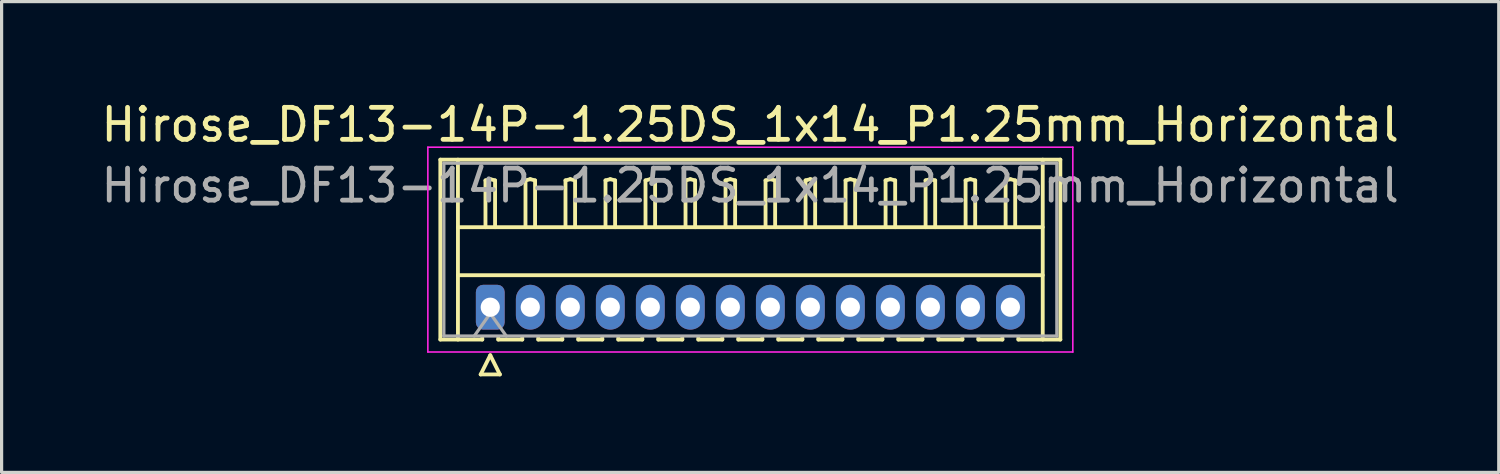
<source format=kicad_pcb>
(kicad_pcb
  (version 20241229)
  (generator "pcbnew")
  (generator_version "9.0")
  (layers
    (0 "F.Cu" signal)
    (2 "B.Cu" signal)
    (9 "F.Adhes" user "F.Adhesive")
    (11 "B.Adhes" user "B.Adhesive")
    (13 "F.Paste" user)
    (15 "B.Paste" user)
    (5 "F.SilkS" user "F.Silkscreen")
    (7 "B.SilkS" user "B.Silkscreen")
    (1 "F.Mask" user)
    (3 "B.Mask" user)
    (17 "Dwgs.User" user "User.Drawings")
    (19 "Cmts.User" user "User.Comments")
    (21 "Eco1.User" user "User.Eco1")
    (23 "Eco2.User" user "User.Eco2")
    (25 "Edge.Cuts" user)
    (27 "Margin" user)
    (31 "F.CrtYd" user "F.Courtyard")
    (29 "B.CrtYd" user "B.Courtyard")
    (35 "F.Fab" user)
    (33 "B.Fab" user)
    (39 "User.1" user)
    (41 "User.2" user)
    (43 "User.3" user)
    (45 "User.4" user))
  (footprint "Hirose_DF13-14P-1.25DS_1x14_P1.25mm_Horizontal"
    (layer "F.Cu")
    (at 12.267 6.548)
    (property "Reference" "Hirose_DF13-14P-1.25DS_1x14_P1.25mm_Horizontal" (at 8.12 -5.7 0) (layer "F.SilkS") (effects (font (size 1 1) (thickness 0.15))))
    (attr through_hole)
    (fp_line (start -1.56 -4.61) (end 17.81 -4.61) (stroke (width 0.12) (type solid)) (layer "F.SilkS"))
    (fp_line (start -1.56 1.01) (end -1.56 -4.61) (stroke (width 0.12) (type solid)) (layer "F.SilkS"))
    (fp_line (start -1.01 -4.61) (end -1.01 1.01) (stroke (width 0.12) (type solid)) (layer "F.SilkS"))
    (fp_line (start -1.01 -2.5) (end 17.26 -2.5) (stroke (width 0.12) (type solid)) (layer "F.SilkS"))
    (fp_line (start -1.01 -1) (end 17.26 -1) (stroke (width 0.12) (type solid)) (layer "F.SilkS"))
    (fp_line (start -0.3 2.1) (end 0.3 2.1) (stroke (width 0.12) (type solid)) (layer "F.SilkS"))
    (fp_line (start -0.25 0.96) (end -0.25 1.01) (stroke (width 0.12) (type solid)) (layer "F.SilkS"))
    (fp_line (start -0.25 1.01) (end -1.56 1.01) (stroke (width 0.12) (type solid)) (layer "F.SilkS"))
    (fp_line (start -0.15 -3.962) (end 0 -4) (stroke (width 0.12) (type solid)) (layer "F.SilkS"))
    (fp_line (start -0.15 -2.5) (end -0.15 -3.962) (stroke (width 0.12) (type solid)) (layer "F.SilkS"))
    (fp_line (start 0 -4) (end 0.15 -3.962) (stroke (width 0.12) (type solid)) (layer "F.SilkS"))
    (fp_line (start 0 1.5) (end -0.3 2.1) (stroke (width 0.12) (type solid)) (layer "F.SilkS"))
    (fp_line (start 0.15 -3.962) (end 0.15 -2.5) (stroke (width 0.12) (type solid)) (layer "F.SilkS"))
    (fp_line (start 0.25 0.96) (end 0.25 1.01) (stroke (width 0.12) (type solid)) (layer "F.SilkS"))
    (fp_line (start 0.25 1.01) (end 1 1.01) (stroke (width 0.12) (type solid)) (layer "F.SilkS"))
    (fp_line (start 0.3 2.1) (end 0 1.5) (stroke (width 0.12) (type solid)) (layer "F.SilkS"))
    (fp_line (start 1 1.01) (end 1 0.96) (stroke (width 0.12) (type solid)) (layer "F.SilkS"))
    (fp_line (start 1.1 -3.962) (end 1.25 -4) (stroke (width 0.12) (type solid)) (layer "F.SilkS"))
    (fp_line (start 1.1 -2.5) (end 1.1 -3.962) (stroke (width 0.12) (type solid)) (layer "F.SilkS"))
    (fp_line (start 1.25 -4) (end 1.4 -3.962) (stroke (width 0.12) (type solid)) (layer "F.SilkS"))
    (fp_line (start 1.4 -3.962) (end 1.4 -2.5) (stroke (width 0.12) (type solid)) (layer "F.SilkS"))
    (fp_line (start 1.5 0.96) (end 1.5 1.01) (stroke (width 0.12) (type solid)) (layer "F.SilkS"))
    (fp_line (start 1.5 1.01) (end 2.25 1.01) (stroke (width 0.12) (type solid)) (layer "F.SilkS"))
    (fp_line (start 2.25 1.01) (end 2.25 0.96) (stroke (width 0.12) (type solid)) (layer "F.SilkS"))
    (fp_line (start 2.35 -3.962) (end 2.5 -4) (stroke (width 0.12) (type solid)) (layer "F.SilkS"))
    (fp_line (start 2.35 -2.5) (end 2.35 -3.962) (stroke (width 0.12) (type solid)) (layer "F.SilkS"))
    (fp_line (start 2.5 -4) (end 2.65 -3.962) (stroke (width 0.12) (type solid)) (layer "F.SilkS"))
    (fp_line (start 2.65 -3.962) (end 2.65 -2.5) (stroke (width 0.12) (type solid)) (layer "F.SilkS"))
    (fp_line (start 2.75 0.96) (end 2.75 1.01) (stroke (width 0.12) (type solid)) (layer "F.SilkS"))
    (fp_line (start 2.75 1.01) (end 3.5 1.01) (stroke (width 0.12) (type solid)) (layer "F.SilkS"))
    (fp_line (start 3.5 1.01) (end 3.5 0.96) (stroke (width 0.12) (type solid)) (layer "F.SilkS"))
    (fp_line (start 3.6 -3.962) (end 3.75 -4) (stroke (width 0.12) (type solid)) (layer "F.SilkS"))
    (fp_line (start 3.6 -2.5) (end 3.6 -3.962) (stroke (width 0.12) (type solid)) (layer "F.SilkS"))
    (fp_line (start 3.75 -4) (end 3.9 -3.962) (stroke (width 0.12) (type solid)) (layer "F.SilkS"))
    (fp_line (start 3.9 -3.962) (end 3.9 -2.5) (stroke (width 0.12) (type solid)) (layer "F.SilkS"))
    (fp_line (start 4 0.96) (end 4 1.01) (stroke (width 0.12) (type solid)) (layer "F.SilkS"))
    (fp_line (start 4 1.01) (end 4.75 1.01) (stroke (width 0.12) (type solid)) (layer "F.SilkS"))
    (fp_line (start 4.75 1.01) (end 4.75 0.96) (stroke (width 0.12) (type solid)) (layer "F.SilkS"))
    (fp_line (start 4.85 -3.962) (end 5 -4) (stroke (width 0.12) (type solid)) (layer "F.SilkS"))
    (fp_line (start 4.85 -2.5) (end 4.85 -3.962) (stroke (width 0.12) (type solid)) (layer "F.SilkS"))
    (fp_line (start 5 -4) (end 5.15 -3.962) (stroke (width 0.12) (type solid)) (layer "F.SilkS"))
    (fp_line (start 5.15 -3.962) (end 5.15 -2.5) (stroke (width 0.12) (type solid)) (layer "F.SilkS"))
    (fp_line (start 5.25 0.96) (end 5.25 1.01) (stroke (width 0.12) (type solid)) (layer "F.SilkS"))
    (fp_line (start 5.25 1.01) (end 6 1.01) (stroke (width 0.12) (type solid)) (layer "F.SilkS"))
    (fp_line (start 6 1.01) (end 6 0.96) (stroke (width 0.12) (type solid)) (layer "F.SilkS"))
    (fp_line (start 6.1 -3.962) (end 6.25 -4) (stroke (width 0.12) (type solid)) (layer "F.SilkS"))
    (fp_line (start 6.1 -2.5) (end 6.1 -3.962) (stroke (width 0.12) (type solid)) (layer "F.SilkS"))
    (fp_line (start 6.25 -4) (end 6.4 -3.962) (stroke (width 0.12) (type solid)) (layer "F.SilkS"))
    (fp_line (start 6.4 -3.962) (end 6.4 -2.5) (stroke (width 0.12) (type solid)) (layer "F.SilkS"))
    (fp_line (start 6.5 0.96) (end 6.5 1.01) (stroke (width 0.12) (type solid)) (layer "F.SilkS"))
    (fp_line (start 6.5 1.01) (end 7.25 1.01) (stroke (width 0.12) (type solid)) (layer "F.SilkS"))
    (fp_line (start 7.25 1.01) (end 7.25 0.96) (stroke (width 0.12) (type solid)) (layer "F.SilkS"))
    (fp_line (start 7.35 -3.962) (end 7.5 -4) (stroke (width 0.12) (type solid)) (layer "F.SilkS"))
    (fp_line (start 7.35 -2.5) (end 7.35 -3.962) (stroke (width 0.12) (type solid)) (layer "F.SilkS"))
    (fp_line (start 7.5 -4) (end 7.65 -3.962) (stroke (width 0.12) (type solid)) (layer "F.SilkS"))
    (fp_line (start 7.65 -3.962) (end 7.65 -2.5) (stroke (width 0.12) (type solid)) (layer "F.SilkS"))
    (fp_line (start 7.75 0.96) (end 7.75 1.01) (stroke (width 0.12) (type solid)) (layer "F.SilkS"))
    (fp_line (start 7.75 1.01) (end 8.5 1.01) (stroke (width 0.12) (type solid)) (layer "F.SilkS"))
    (fp_line (start 8.5 1.01) (end 8.5 0.96) (stroke (width 0.12) (type solid)) (layer "F.SilkS"))
    (fp_line (start 8.6 -3.962) (end 8.75 -4) (stroke (width 0.12) (type solid)) (layer "F.SilkS"))
    (fp_line (start 8.6 -2.5) (end 8.6 -3.962) (stroke (width 0.12) (type solid)) (layer "F.SilkS"))
    (fp_line (start 8.75 -4) (end 8.9 -3.962) (stroke (width 0.12) (type solid)) (layer "F.SilkS"))
    (fp_line (start 8.9 -3.962) (end 8.9 -2.5) (stroke (width 0.12) (type solid)) (layer "F.SilkS"))
    (fp_line (start 9 0.96) (end 9 1.01) (stroke (width 0.12) (type solid)) (layer "F.SilkS"))
    (fp_line (start 9 1.01) (end 9.75 1.01) (stroke (width 0.12) (type solid)) (layer "F.SilkS"))
    (fp_line (start 9.75 1.01) (end 9.75 0.96) (stroke (width 0.12) (type solid)) (layer "F.SilkS"))
    (fp_line (start 9.85 -3.962) (end 10 -4) (stroke (width 0.12) (type solid)) (layer "F.SilkS"))
    (fp_line (start 9.85 -2.5) (end 9.85 -3.962) (stroke (width 0.12) (type solid)) (layer "F.SilkS"))
    (fp_line (start 10 -4) (end 10.15 -3.962) (stroke (width 0.12) (type solid)) (layer "F.SilkS"))
    (fp_line (start 10.15 -3.962) (end 10.15 -2.5) (stroke (width 0.12) (type solid)) (layer "F.SilkS"))
    (fp_line (start 10.25 0.96) (end 10.25 1.01) (stroke (width 0.12) (type solid)) (layer "F.SilkS"))
    (fp_line (start 10.25 1.01) (end 11 1.01) (stroke (width 0.12) (type solid)) (layer "F.SilkS"))
    (fp_line (start 11 1.01) (end 11 0.96) (stroke (width 0.12) (type solid)) (layer "F.SilkS"))
    (fp_line (start 11.1 -3.962) (end 11.25 -4) (stroke (width 0.12) (type solid)) (layer "F.SilkS"))
    (fp_line (start 11.1 -2.5) (end 11.1 -3.962) (stroke (width 0.12) (type solid)) (layer "F.SilkS"))
    (fp_line (start 11.25 -4) (end 11.4 -3.962) (stroke (width 0.12) (type solid)) (layer "F.SilkS"))
    (fp_line (start 11.4 -3.962) (end 11.4 -2.5) (stroke (width 0.12) (type solid)) (layer "F.SilkS"))
    (fp_line (start 11.5 0.96) (end 11.5 1.01) (stroke (width 0.12) (type solid)) (layer "F.SilkS"))
    (fp_line (start 11.5 1.01) (end 12.25 1.01) (stroke (width 0.12) (type solid)) (layer "F.SilkS"))
    (fp_line (start 12.25 1.01) (end 12.25 0.96) (stroke (width 0.12) (type solid)) (layer "F.SilkS"))
    (fp_line (start 12.35 -3.962) (end 12.5 -4) (stroke (width 0.12) (type solid)) (layer "F.SilkS"))
    (fp_line (start 12.35 -2.5) (end 12.35 -3.962) (stroke (width 0.12) (type solid)) (layer "F.SilkS"))
    (fp_line (start 12.5 -4) (end 12.65 -3.962) (stroke (width 0.12) (type solid)) (layer "F.SilkS"))
    (fp_line (start 12.65 -3.962) (end 12.65 -2.5) (stroke (width 0.12) (type solid)) (layer "F.SilkS"))
    (fp_line (start 12.75 0.96) (end 12.75 1.01) (stroke (width 0.12) (type solid)) (layer "F.SilkS"))
    (fp_line (start 12.75 1.01) (end 13.5 1.01) (stroke (width 0.12) (type solid)) (layer "F.SilkS"))
    (fp_line (start 13.5 1.01) (end 13.5 0.96) (stroke (width 0.12) (type solid)) (layer "F.SilkS"))
    (fp_line (start 13.6 -3.962) (end 13.75 -4) (stroke (width 0.12) (type solid)) (layer "F.SilkS"))
    (fp_line (start 13.6 -2.5) (end 13.6 -3.962) (stroke (width 0.12) (type solid)) (layer "F.SilkS"))
    (fp_line (start 13.75 -4) (end 13.9 -3.962) (stroke (width 0.12) (type solid)) (layer "F.SilkS"))
    (fp_line (start 13.9 -3.962) (end 13.9 -2.5) (stroke (width 0.12) (type solid)) (layer "F.SilkS"))
    (fp_line (start 14 0.96) (end 14 1.01) (stroke (width 0.12) (type solid)) (layer "F.SilkS"))
    (fp_line (start 14 1.01) (end 14.75 1.01) (stroke (width 0.12) (type solid)) (layer "F.SilkS"))
    (fp_line (start 14.75 1.01) (end 14.75 0.96) (stroke (width 0.12) (type solid)) (layer "F.SilkS"))
    (fp_line (start 14.85 -3.962) (end 15 -4) (stroke (width 0.12) (type solid)) (layer "F.SilkS"))
    (fp_line (start 14.85 -2.5) (end 14.85 -3.962) (stroke (width 0.12) (type solid)) (layer "F.SilkS"))
    (fp_line (start 15 -4) (end 15.15 -3.962) (stroke (width 0.12) (type solid)) (layer "F.SilkS"))
    (fp_line (start 15.15 -3.962) (end 15.15 -2.5) (stroke (width 0.12) (type solid)) (layer "F.SilkS"))
    (fp_line (start 15.25 0.96) (end 15.25 1.01) (stroke (width 0.12) (type solid)) (layer "F.SilkS"))
    (fp_line (start 15.25 1.01) (end 16 1.01) (stroke (width 0.12) (type solid)) (layer "F.SilkS"))
    (fp_line (start 16 1.01) (end 16 0.96) (stroke (width 0.12) (type solid)) (layer "F.SilkS"))
    (fp_line (start 16.1 -3.962) (end 16.25 -4) (stroke (width 0.12) (type solid)) (layer "F.SilkS"))
    (fp_line (start 16.1 -2.5) (end 16.1 -3.962) (stroke (width 0.12) (type solid)) (layer "F.SilkS"))
    (fp_line (start 16.25 -4) (end 16.4 -3.962) (stroke (width 0.12) (type solid)) (layer "F.SilkS"))
    (fp_line (start 16.4 -3.962) (end 16.4 -2.5) (stroke (width 0.12) (type solid)) (layer "F.SilkS"))
    (fp_line (start 16.5 1.01) (end 16.5 0.96) (stroke (width 0.12) (type solid)) (layer "F.SilkS"))
    (fp_line (start 17.26 -4.61) (end 17.26 1.01) (stroke (width 0.12) (type solid)) (layer "F.SilkS"))
    (fp_line (start 17.81 -4.61) (end 17.81 1.01) (stroke (width 0.12) (type solid)) (layer "F.SilkS"))
    (fp_line (start 17.81 1.01) (end 16.5 1.01) (stroke (width 0.12) (type solid)) (layer "F.SilkS"))
    (fp_line (start -1.95 -5) (end -1.95 1.4) (stroke (width 0.05) (type solid)) (layer "F.CrtYd"))
    (fp_line (start -1.95 1.4) (end 18.2 1.4) (stroke (width 0.05) (type solid)) (layer "F.CrtYd"))
    (fp_line (start 18.2 -5) (end -1.95 -5) (stroke (width 0.05) (type solid)) (layer "F.CrtYd"))
    (fp_line (start 18.2 1.4) (end 18.2 -5) (stroke (width 0.05) (type solid)) (layer "F.CrtYd"))
    (fp_line (start -1.45 -4.5) (end -1.45 0.9) (stroke (width 0.1) (type solid)) (layer "F.Fab"))
    (fp_line (start -1.45 0.9) (end 17.7 0.9) (stroke (width 0.1) (type solid)) (layer "F.Fab"))
    (fp_line (start -0.5 0.9) (end 0 0.193) (stroke (width 0.1) (type solid)) (layer "F.Fab"))
    (fp_line (start 0 0.193) (end 0.5 0.9) (stroke (width 0.1) (type solid)) (layer "F.Fab"))
    (fp_line (start 17.7 -4.5) (end -1.45 -4.5) (stroke (width 0.1) (type solid)) (layer "F.Fab"))
    (fp_line (start 17.7 0.9) (end 17.7 -4.5) (stroke (width 0.1) (type solid)) (layer "F.Fab"))
    (fp_text user "${REFERENCE}" (at 8.12 -3.8 0) (layer "F.Fab") (effects (font (size 1 1) (thickness 0.15))))
    (pad "1" thru_hole roundrect (at 0 0) (size 0.9 1.4) (drill 0.6) (layers "*.Cu" "*.Mask") (roundrect_rratio 0.25))
    (pad "2" thru_hole oval (at 1.25 0) (size 0.9 1.4) (drill 0.6) (layers "*.Cu" "*.Mask"))
    (pad "3" thru_hole oval (at 2.5 0) (size 0.9 1.4) (drill 0.6) (layers "*.Cu" "*.Mask"))
    (pad "4" thru_hole oval (at 3.75 0) (size 0.9 1.4) (drill 0.6) (layers "*.Cu" "*.Mask"))
    (pad "5" thru_hole oval (at 5 0) (size 0.9 1.4) (drill 0.6) (layers "*.Cu" "*.Mask"))
    (pad "6" thru_hole oval (at 6.25 0) (size 0.9 1.4) (drill 0.6) (layers "*.Cu" "*.Mask"))
    (pad "7" thru_hole oval (at 7.5 0) (size 0.9 1.4) (drill 0.6) (layers "*.Cu" "*.Mask"))
    (pad "8" thru_hole oval (at 8.75 0) (size 0.9 1.4) (drill 0.6) (layers "*.Cu" "*.Mask"))
    (pad "9" thru_hole oval (at 10 0) (size 0.9 1.4) (drill 0.6) (layers "*.Cu" "*.Mask"))
    (pad "10" thru_hole oval (at 11.25 0) (size 0.9 1.4) (drill 0.6) (layers "*.Cu" "*.Mask"))
    (pad "11" thru_hole oval (at 12.5 0) (size 0.9 1.4) (drill 0.6) (layers "*.Cu" "*.Mask"))
    (pad "12" thru_hole oval (at 13.75 0) (size 0.9 1.4) (drill 0.6) (layers "*.Cu" "*.Mask"))
    (pad "13" thru_hole oval (at 15 0) (size 0.9 1.4) (drill 0.6) (layers "*.Cu" "*.Mask"))
    (pad "14" thru_hole oval (at 16.25 0) (size 0.9 1.4) (drill 0.6) (layers "*.Cu" "*.Mask")))
  (gr_rect
    (start -3 -3)
    (end 43.774 11.708)
    (stroke (width 0.1) (type default))
    (fill no)
    (layer "Edge.Cuts")))
</source>
